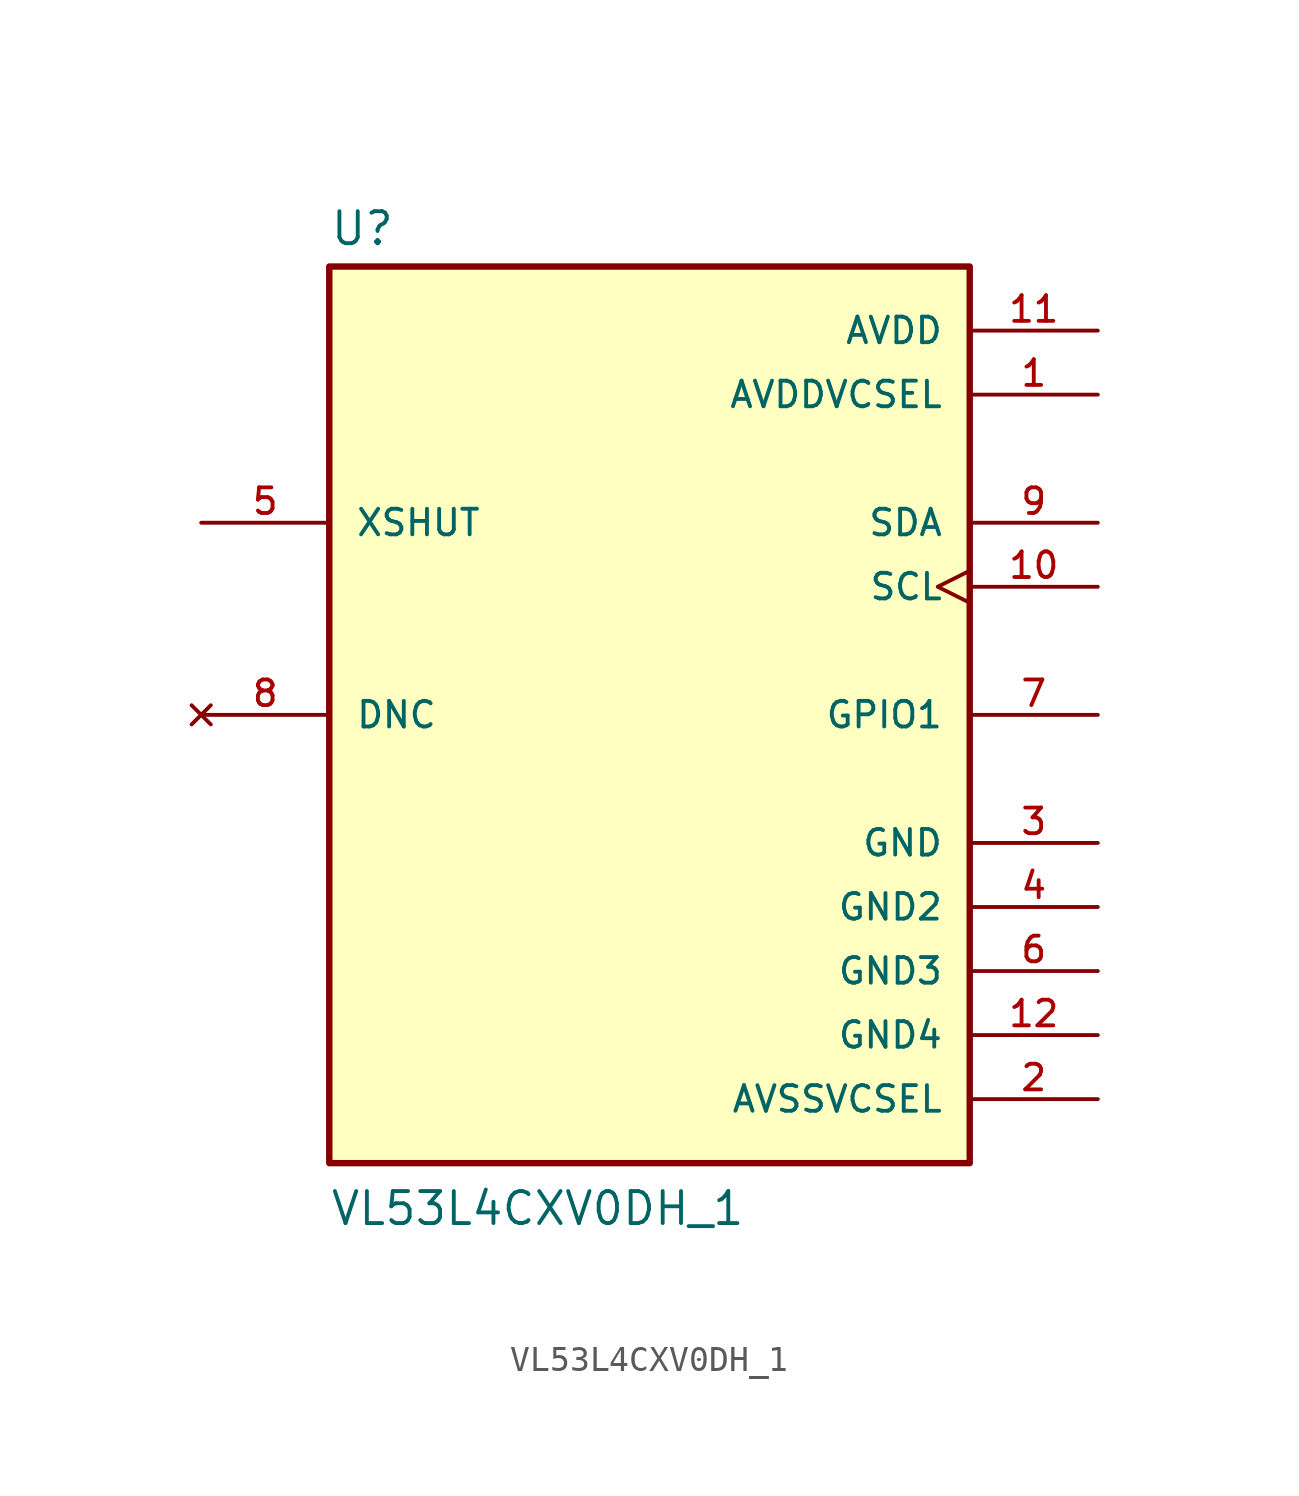
<source format=kicad_sym>
(kicad_symbol_lib
  (version 20211014)
  (generator kicad_symbol_editor)
  (symbol "VL53L4CXV0DH_1"
    (pin_names
      (offset 1.016))
    (property "Reference" "U"
      (at -12.7 18.542 0)
      (effects (font (size 1.27 1.27)) (justify bottom left)))
    (property "Value" "VL53L4CXV0DH_1"
      (at -12.7 -20.32 0)
      (effects (font (size 1.27 1.27)) (justify bottom left)))
    (symbol "VL53L4CXV0DH_1_0_0"
      (rectangle (start -12.7 -17.78) (end 12.7 17.78) (stroke (width 0.254)) (fill (type background)))
      (pin power_in line (at 17.78 12.7 180.0) (length 5.08) (name "AVDDVCSEL" (effects (font (size 1.016 1.016)))) (number "1" (effects (font (size 1.016 1.016)))))
      (pin power_in line (at 17.78 -15.24 180.0) (length 5.08) (name "AVSSVCSEL" (effects (font (size 1.016 1.016)))) (number "2" (effects (font (size 1.016 1.016)))))
      (pin power_in line (at 17.78 -5.08 180.0) (length 5.08) (name "GND" (effects (font (size 1.016 1.016)))) (number "3" (effects (font (size 1.016 1.016)))))
      (pin input line (at -17.78 7.62 0) (length 5.08) (name "XSHUT" (effects (font (size 1.016 1.016)))) (number "5" (effects (font (size 1.016 1.016)))))
      (pin output line (at 17.78 0.0 180.0) (length 5.08) (name "GPIO1" (effects (font (size 1.016 1.016)))) (number "7" (effects (font (size 1.016 1.016)))))
      (pin no_connect line (at -17.78 0.0 0) (length 5.08) (name "DNC" (effects (font (size 1.016 1.016)))) (number "8" (effects (font (size 1.016 1.016)))))
      (pin bidirectional line (at 17.78 7.62 180.0) (length 5.08) (name "SDA" (effects (font (size 1.016 1.016)))) (number "9" (effects (font (size 1.016 1.016)))))
      (pin input clock (at 17.78 5.08 180.0) (length 5.08) (name "SCL" (effects (font (size 1.016 1.016)))) (number "10" (effects (font (size 1.016 1.016)))))
      (pin power_in line (at 17.78 15.24 180.0) (length 5.08) (name "AVDD" (effects (font (size 1.016 1.016)))) (number "11" (effects (font (size 1.016 1.016)))))
      (pin power_in line (at 17.78 -7.62 180.0) (length 5.08) (name "GND2" (effects (font (size 1.016 1.016)))) (number "4" (effects (font (size 1.016 1.016)))))
      (pin power_in line (at 17.78 -10.16 180.0) (length 5.08) (name "GND3" (effects (font (size 1.016 1.016)))) (number "6" (effects (font (size 1.016 1.016)))))
      (pin power_in line (at 17.78 -12.7 180.0) (length 5.08) (name "GND4" (effects (font (size 1.016 1.016)))) (number "12" (effects (font (size 1.016 1.016))))))))
</source>
